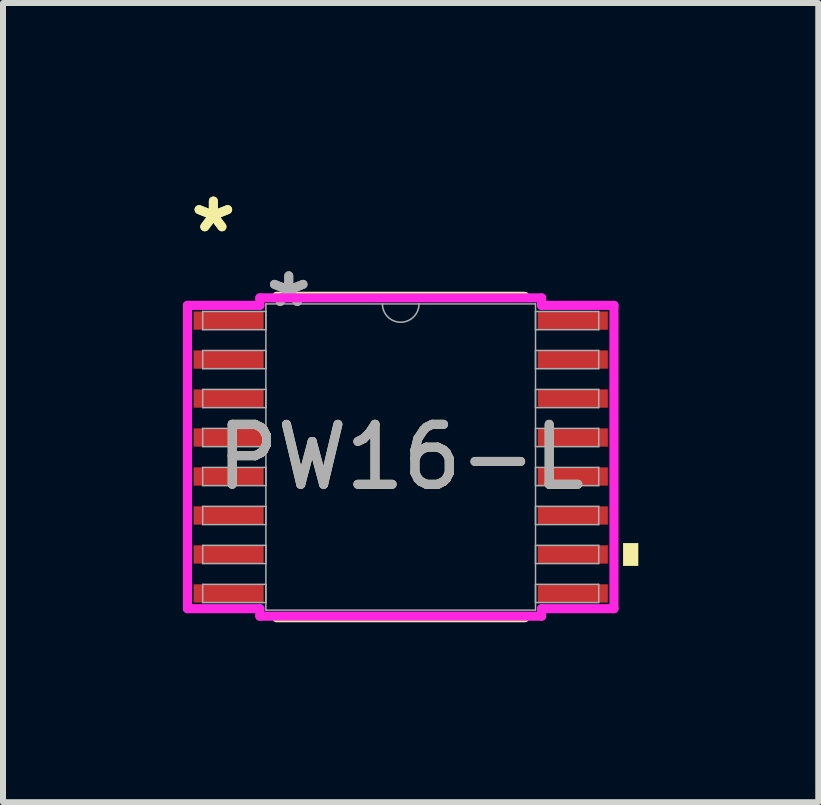
<source format=kicad_pcb>
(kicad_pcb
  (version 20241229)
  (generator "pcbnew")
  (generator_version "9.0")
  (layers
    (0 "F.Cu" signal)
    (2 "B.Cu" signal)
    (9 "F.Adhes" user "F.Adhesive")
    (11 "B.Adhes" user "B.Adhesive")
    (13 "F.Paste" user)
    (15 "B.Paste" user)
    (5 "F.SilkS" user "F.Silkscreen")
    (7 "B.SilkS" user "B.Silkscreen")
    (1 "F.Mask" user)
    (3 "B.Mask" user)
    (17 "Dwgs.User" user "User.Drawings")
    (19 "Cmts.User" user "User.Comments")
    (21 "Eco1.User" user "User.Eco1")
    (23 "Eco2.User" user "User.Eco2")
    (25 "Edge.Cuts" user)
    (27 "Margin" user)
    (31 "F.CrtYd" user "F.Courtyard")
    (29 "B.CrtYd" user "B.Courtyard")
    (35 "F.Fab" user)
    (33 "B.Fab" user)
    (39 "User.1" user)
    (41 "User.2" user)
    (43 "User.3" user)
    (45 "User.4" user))
  (footprint "PW16-L"
    (layer "F.Cu")
    (at 3.632 4.571)
    (property "Reference" "PW16-L" (at 0 0 0) (unlocked yes) (layer "F.SilkS") (effects (font (size 1 1) (thickness 0.15))))
    (attr smd)
    (fp_line (start -2.069 2.68) (end 2.069 2.68) (stroke (width 0.152) (type solid)) (layer "F.SilkS"))
    (fp_line (start 2.069 -2.68) (end -2.069 -2.68) (stroke (width 0.152) (type solid)) (layer "F.SilkS"))
    (fp_poly (pts (xy 3.962 1.435) (xy 3.962 1.816) (xy 3.708 1.816) (xy 3.708 1.435)) (stroke (width 0) (type solid)) (fill yes) (layer "F.SilkS"))
    (fp_line (start -3.556 -2.529) (end -2.349 -2.529) (stroke (width 0.152) (type solid)) (layer "F.CrtYd"))
    (fp_line (start -3.556 2.529) (end -3.556 -2.529) (stroke (width 0.152) (type solid)) (layer "F.CrtYd"))
    (fp_line (start -3.556 2.529) (end -2.349 2.529) (stroke (width 0.152) (type solid)) (layer "F.CrtYd"))
    (fp_line (start -2.349 -2.654) (end 2.349 -2.654) (stroke (width 0.152) (type solid)) (layer "F.CrtYd"))
    (fp_line (start -2.349 -2.529) (end -2.349 -2.654) (stroke (width 0.152) (type solid)) (layer "F.CrtYd"))
    (fp_line (start -2.349 2.654) (end -2.349 2.529) (stroke (width 0.152) (type solid)) (layer "F.CrtYd"))
    (fp_line (start 2.349 -2.654) (end 2.349 -2.529) (stroke (width 0.152) (type solid)) (layer "F.CrtYd"))
    (fp_line (start 2.349 2.529) (end 2.349 2.654) (stroke (width 0.152) (type solid)) (layer "F.CrtYd"))
    (fp_line (start 2.349 2.654) (end -2.349 2.654) (stroke (width 0.152) (type solid)) (layer "F.CrtYd"))
    (fp_line (start 3.556 -2.529) (end 2.349 -2.529) (stroke (width 0.152) (type solid)) (layer "F.CrtYd"))
    (fp_line (start 3.556 -2.529) (end 3.556 2.529) (stroke (width 0.152) (type solid)) (layer "F.CrtYd"))
    (fp_line (start 3.556 2.529) (end 2.349 2.529) (stroke (width 0.152) (type solid)) (layer "F.CrtYd"))
    (fp_line (start -3.302 -2.427) (end -3.302 -2.123) (stroke (width 0.025) (type solid)) (layer "F.Fab"))
    (fp_line (start -3.302 -2.123) (end -2.248 -2.123) (stroke (width 0.025) (type solid)) (layer "F.Fab"))
    (fp_line (start -3.302 -1.777) (end -3.302 -1.473) (stroke (width 0.025) (type solid)) (layer "F.Fab"))
    (fp_line (start -3.302 -1.473) (end -2.248 -1.473) (stroke (width 0.025) (type solid)) (layer "F.Fab"))
    (fp_line (start -3.302 -1.127) (end -3.302 -0.823) (stroke (width 0.025) (type solid)) (layer "F.Fab"))
    (fp_line (start -3.302 -0.823) (end -2.248 -0.823) (stroke (width 0.025) (type solid)) (layer "F.Fab"))
    (fp_line (start -3.302 -0.477) (end -3.302 -0.173) (stroke (width 0.025) (type solid)) (layer "F.Fab"))
    (fp_line (start -3.302 -0.173) (end -2.248 -0.173) (stroke (width 0.025) (type solid)) (layer "F.Fab"))
    (fp_line (start -3.302 0.173) (end -3.302 0.477) (stroke (width 0.025) (type solid)) (layer "F.Fab"))
    (fp_line (start -3.302 0.477) (end -2.248 0.477) (stroke (width 0.025) (type solid)) (layer "F.Fab"))
    (fp_line (start -3.302 0.823) (end -3.302 1.127) (stroke (width 0.025) (type solid)) (layer "F.Fab"))
    (fp_line (start -3.302 1.127) (end -2.248 1.127) (stroke (width 0.025) (type solid)) (layer "F.Fab"))
    (fp_line (start -3.302 1.473) (end -3.302 1.777) (stroke (width 0.025) (type solid)) (layer "F.Fab"))
    (fp_line (start -3.302 1.777) (end -2.248 1.777) (stroke (width 0.025) (type solid)) (layer "F.Fab"))
    (fp_line (start -3.302 2.123) (end -3.302 2.427) (stroke (width 0.025) (type solid)) (layer "F.Fab"))
    (fp_line (start -3.302 2.427) (end -2.248 2.427) (stroke (width 0.025) (type solid)) (layer "F.Fab"))
    (fp_line (start -2.248 -2.553) (end -2.248 2.553) (stroke (width 0.025) (type solid)) (layer "F.Fab"))
    (fp_line (start -2.248 -2.427) (end -3.302 -2.427) (stroke (width 0.025) (type solid)) (layer "F.Fab"))
    (fp_line (start -2.248 -2.123) (end -2.248 -2.427) (stroke (width 0.025) (type solid)) (layer "F.Fab"))
    (fp_line (start -2.248 -1.777) (end -3.302 -1.777) (stroke (width 0.025) (type solid)) (layer "F.Fab"))
    (fp_line (start -2.248 -1.473) (end -2.248 -1.777) (stroke (width 0.025) (type solid)) (layer "F.Fab"))
    (fp_line (start -2.248 -1.127) (end -3.302 -1.127) (stroke (width 0.025) (type solid)) (layer "F.Fab"))
    (fp_line (start -2.248 -0.823) (end -2.248 -1.127) (stroke (width 0.025) (type solid)) (layer "F.Fab"))
    (fp_line (start -2.248 -0.477) (end -3.302 -0.477) (stroke (width 0.025) (type solid)) (layer "F.Fab"))
    (fp_line (start -2.248 -0.173) (end -2.248 -0.477) (stroke (width 0.025) (type solid)) (layer "F.Fab"))
    (fp_line (start -2.248 0.173) (end -3.302 0.173) (stroke (width 0.025) (type solid)) (layer "F.Fab"))
    (fp_line (start -2.248 0.477) (end -2.248 0.173) (stroke (width 0.025) (type solid)) (layer "F.Fab"))
    (fp_line (start -2.248 0.823) (end -3.302 0.823) (stroke (width 0.025) (type solid)) (layer "F.Fab"))
    (fp_line (start -2.248 1.127) (end -2.248 0.823) (stroke (width 0.025) (type solid)) (layer "F.Fab"))
    (fp_line (start -2.248 1.473) (end -3.302 1.473) (stroke (width 0.025) (type solid)) (layer "F.Fab"))
    (fp_line (start -2.248 1.777) (end -2.248 1.473) (stroke (width 0.025) (type solid)) (layer "F.Fab"))
    (fp_line (start -2.248 2.123) (end -3.302 2.123) (stroke (width 0.025) (type solid)) (layer "F.Fab"))
    (fp_line (start -2.248 2.427) (end -2.248 2.123) (stroke (width 0.025) (type solid)) (layer "F.Fab"))
    (fp_line (start -2.248 2.553) (end 2.248 2.553) (stroke (width 0.025) (type solid)) (layer "F.Fab"))
    (fp_line (start 2.248 -2.553) (end -2.248 -2.553) (stroke (width 0.025) (type solid)) (layer "F.Fab"))
    (fp_line (start 2.248 -2.427) (end 2.248 -2.123) (stroke (width 0.025) (type solid)) (layer "F.Fab"))
    (fp_line (start 2.248 -2.123) (end 3.302 -2.123) (stroke (width 0.025) (type solid)) (layer "F.Fab"))
    (fp_line (start 2.248 -1.777) (end 2.248 -1.473) (stroke (width 0.025) (type solid)) (layer "F.Fab"))
    (fp_line (start 2.248 -1.473) (end 3.302 -1.473) (stroke (width 0.025) (type solid)) (layer "F.Fab"))
    (fp_line (start 2.248 -1.127) (end 2.248 -0.823) (stroke (width 0.025) (type solid)) (layer "F.Fab"))
    (fp_line (start 2.248 -0.823) (end 3.302 -0.823) (stroke (width 0.025) (type solid)) (layer "F.Fab"))
    (fp_line (start 2.248 -0.477) (end 2.248 -0.173) (stroke (width 0.025) (type solid)) (layer "F.Fab"))
    (fp_line (start 2.248 -0.173) (end 3.302 -0.173) (stroke (width 0.025) (type solid)) (layer "F.Fab"))
    (fp_line (start 2.248 0.173) (end 2.248 0.477) (stroke (width 0.025) (type solid)) (layer "F.Fab"))
    (fp_line (start 2.248 0.477) (end 3.302 0.477) (stroke (width 0.025) (type solid)) (layer "F.Fab"))
    (fp_line (start 2.248 0.823) (end 2.248 1.127) (stroke (width 0.025) (type solid)) (layer "F.Fab"))
    (fp_line (start 2.248 1.127) (end 3.302 1.127) (stroke (width 0.025) (type solid)) (layer "F.Fab"))
    (fp_line (start 2.248 1.473) (end 2.248 1.777) (stroke (width 0.025) (type solid)) (layer "F.Fab"))
    (fp_line (start 2.248 1.777) (end 3.302 1.777) (stroke (width 0.025) (type solid)) (layer "F.Fab"))
    (fp_line (start 2.248 2.123) (end 2.248 2.427) (stroke (width 0.025) (type solid)) (layer "F.Fab"))
    (fp_line (start 2.248 2.427) (end 3.302 2.427) (stroke (width 0.025) (type solid)) (layer "F.Fab"))
    (fp_line (start 2.248 2.553) (end 2.248 -2.553) (stroke (width 0.025) (type solid)) (layer "F.Fab"))
    (fp_line (start 3.302 -2.427) (end 2.248 -2.427) (stroke (width 0.025) (type solid)) (layer "F.Fab"))
    (fp_line (start 3.302 -2.123) (end 3.302 -2.427) (stroke (width 0.025) (type solid)) (layer "F.Fab"))
    (fp_line (start 3.302 -1.777) (end 2.248 -1.777) (stroke (width 0.025) (type solid)) (layer "F.Fab"))
    (fp_line (start 3.302 -1.473) (end 3.302 -1.777) (stroke (width 0.025) (type solid)) (layer "F.Fab"))
    (fp_line (start 3.302 -1.127) (end 2.248 -1.127) (stroke (width 0.025) (type solid)) (layer "F.Fab"))
    (fp_line (start 3.302 -0.823) (end 3.302 -1.127) (stroke (width 0.025) (type solid)) (layer "F.Fab"))
    (fp_line (start 3.302 -0.477) (end 2.248 -0.477) (stroke (width 0.025) (type solid)) (layer "F.Fab"))
    (fp_line (start 3.302 -0.173) (end 3.302 -0.477) (stroke (width 0.025) (type solid)) (layer "F.Fab"))
    (fp_line (start 3.302 0.173) (end 2.248 0.173) (stroke (width 0.025) (type solid)) (layer "F.Fab"))
    (fp_line (start 3.302 0.477) (end 3.302 0.173) (stroke (width 0.025) (type solid)) (layer "F.Fab"))
    (fp_line (start 3.302 0.823) (end 2.248 0.823) (stroke (width 0.025) (type solid)) (layer "F.Fab"))
    (fp_line (start 3.302 1.127) (end 3.302 0.823) (stroke (width 0.025) (type solid)) (layer "F.Fab"))
    (fp_line (start 3.302 1.473) (end 2.248 1.473) (stroke (width 0.025) (type solid)) (layer "F.Fab"))
    (fp_line (start 3.302 1.777) (end 3.302 1.473) (stroke (width 0.025) (type solid)) (layer "F.Fab"))
    (fp_line (start 3.302 2.123) (end 2.248 2.123) (stroke (width 0.025) (type solid)) (layer "F.Fab"))
    (fp_line (start 3.302 2.427) (end 3.302 2.123) (stroke (width 0.025) (type solid)) (layer "F.Fab"))
    (fp_arc (start 0.3048 -2.5527) (mid 0 -2.2479) (end -0.3048 -2.5527) (stroke (width 0.0254) (type solid)) (layer "F.Fab"))
    (fp_text user "*" (at -3.124 -3.723 0) (layer "F.SilkS") (effects (font (size 1 1) (thickness 0.15))))
    (fp_text user "*" (at -3.124 -3.723 0) (unlocked yes) (layer "F.SilkS") (effects (font (size 1 1) (thickness 0.15))))
    (fp_text user "${REFERENCE}" (at 0 0 0) (unlocked yes) (layer "F.Fab") (effects (font (size 1 1) (thickness 0.15))))
    (fp_text user "*" (at -1.867 -2.477 0) (unlocked yes) (layer "F.Fab") (effects (font (size 1 1) (thickness 0.15))))
    (fp_text user "*" (at -1.867 -2.477 0) (layer "F.Fab") (effects (font (size 1 1) (thickness 0.15))))
    (pad "1" smd rect (at -2.87 -2.275) (size 1.168 0.305) (layers "F.Cu" "F.Mask" "F.Paste"))
    (pad "2" smd rect (at -2.87 -1.625) (size 1.168 0.305) (layers "F.Cu" "F.Mask" "F.Paste"))
    (pad "3" smd rect (at -2.87 -0.975) (size 1.168 0.305) (layers "F.Cu" "F.Mask" "F.Paste"))
    (pad "4" smd rect (at -2.87 -0.325) (size 1.168 0.305) (layers "F.Cu" "F.Mask" "F.Paste"))
    (pad "5" smd rect (at -2.87 0.325) (size 1.168 0.305) (layers "F.Cu" "F.Mask" "F.Paste"))
    (pad "6" smd rect (at -2.87 0.975) (size 1.168 0.305) (layers "F.Cu" "F.Mask" "F.Paste"))
    (pad "7" smd rect (at -2.87 1.625) (size 1.168 0.305) (layers "F.Cu" "F.Mask" "F.Paste"))
    (pad "8" smd rect (at -2.87 2.275) (size 1.168 0.305) (layers "F.Cu" "F.Mask" "F.Paste"))
    (pad "9" smd rect (at 2.87 2.275) (size 1.168 0.305) (layers "F.Cu" "F.Mask" "F.Paste"))
    (pad "10" smd rect (at 2.87 1.625) (size 1.168 0.305) (layers "F.Cu" "F.Mask" "F.Paste"))
    (pad "11" smd rect (at 2.87 0.975) (size 1.168 0.305) (layers "F.Cu" "F.Mask" "F.Paste"))
    (pad "12" smd rect (at 2.87 0.325) (size 1.168 0.305) (layers "F.Cu" "F.Mask" "F.Paste"))
    (pad "13" smd rect (at 2.87 -0.325) (size 1.168 0.305) (layers "F.Cu" "F.Mask" "F.Paste"))
    (pad "14" smd rect (at 2.87 -0.975) (size 1.168 0.305) (layers "F.Cu" "F.Mask" "F.Paste"))
    (pad "15" smd rect (at 2.87 -1.625) (size 1.168 0.305) (layers "F.Cu" "F.Mask" "F.Paste"))
    (pad "16" smd rect (at 2.87 -2.275) (size 1.168 0.305) (layers "F.Cu" "F.Mask" "F.Paste")))
  (gr_rect
    (start -3 -3)
    (end 10.595 10.327)
    (stroke (width 0.1) (type default))
    (fill no)
    (layer "Edge.Cuts")))
</source>
